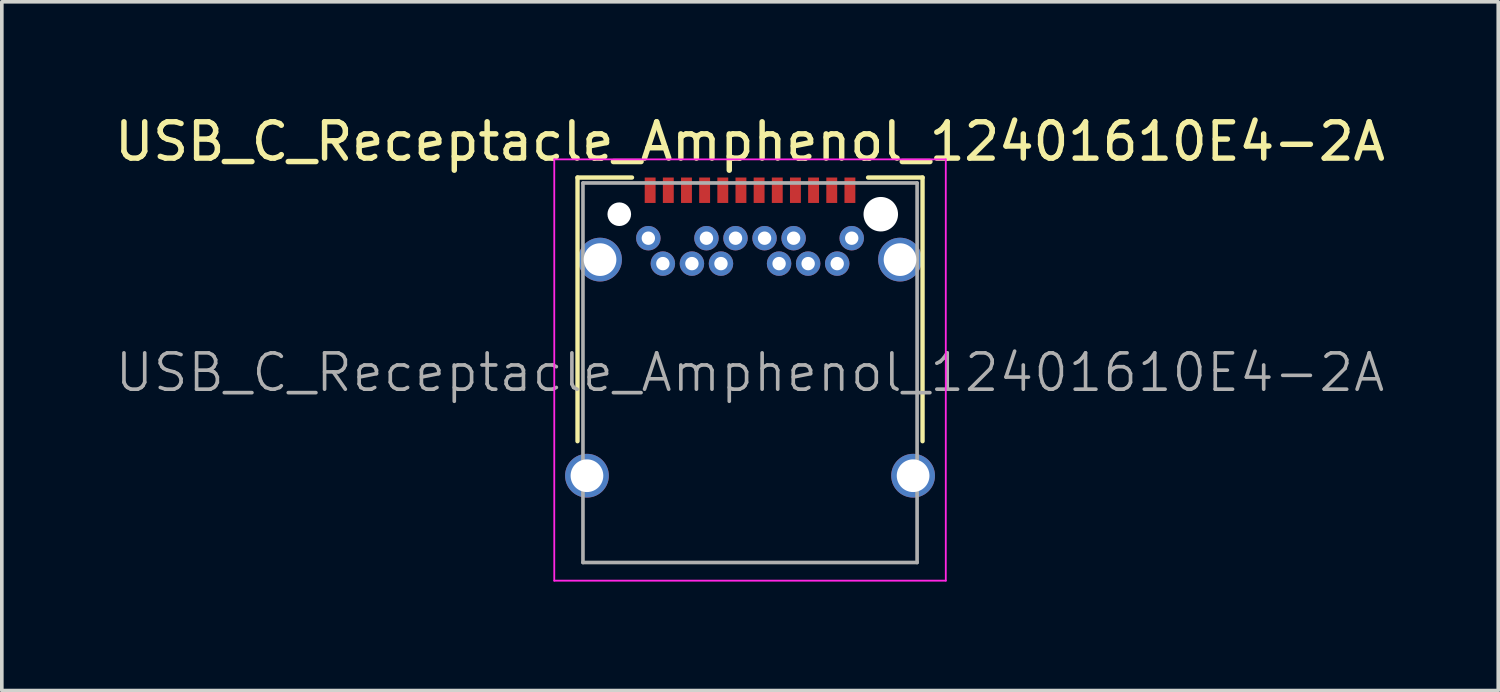
<source format=kicad_pcb>
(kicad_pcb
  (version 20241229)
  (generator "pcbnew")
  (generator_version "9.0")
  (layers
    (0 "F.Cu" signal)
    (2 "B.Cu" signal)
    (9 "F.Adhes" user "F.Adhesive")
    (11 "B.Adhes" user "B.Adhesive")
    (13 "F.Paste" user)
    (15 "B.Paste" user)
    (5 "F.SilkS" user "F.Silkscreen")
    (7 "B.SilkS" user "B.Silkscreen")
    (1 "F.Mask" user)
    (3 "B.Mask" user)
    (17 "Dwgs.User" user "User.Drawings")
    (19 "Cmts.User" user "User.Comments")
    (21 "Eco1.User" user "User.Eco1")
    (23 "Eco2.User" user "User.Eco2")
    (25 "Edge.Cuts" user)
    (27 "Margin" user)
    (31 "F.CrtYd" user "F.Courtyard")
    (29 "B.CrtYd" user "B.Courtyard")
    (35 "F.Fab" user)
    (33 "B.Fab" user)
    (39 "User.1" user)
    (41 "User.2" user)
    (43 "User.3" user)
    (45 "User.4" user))
  (footprint "USB_C_Receptacle_Amphenol_12401610E4-2A"
    (layer "F.Cu")
    (at 17.601 7.208)
    (property "Reference" "USB_C_Receptacle_Amphenol_12401610E4-2A" (at 0 -6.36 0) (layer "F.SilkS") (effects (font (size 1 1) (thickness 0.15))))
    (attr smd)
    (fp_line (start -4.75 -5.37) (end -4.75 1.89) (stroke (width 0.12) (type solid)) (layer "F.SilkS"))
    (fp_line (start -4.75 -5.37) (end -3.25 -5.37) (stroke (width 0.12) (type solid)) (layer "F.SilkS"))
    (fp_line (start 3.25 -5.37) (end 4.75 -5.37) (stroke (width 0.12) (type solid)) (layer "F.SilkS"))
    (fp_line (start 4.75 -5.37) (end 4.75 1.89) (stroke (width 0.12) (type solid)) (layer "F.SilkS"))
    (fp_line (start -5.39 -5.87) (end 5.39 -5.87) (stroke (width 0.05) (type solid)) (layer "F.CrtYd"))
    (fp_line (start -5.39 5.73) (end -5.39 -5.87) (stroke (width 0.05) (type solid)) (layer "F.CrtYd"))
    (fp_line (start 5.39 -5.87) (end 5.39 5.73) (stroke (width 0.05) (type solid)) (layer "F.CrtYd"))
    (fp_line (start 5.39 5.73) (end -5.39 5.73) (stroke (width 0.05) (type solid)) (layer "F.CrtYd"))
    (fp_line (start -4.6 -5.22) (end 4.6 -5.22) (stroke (width 0.1) (type solid)) (layer "F.Fab"))
    (fp_line (start -4.6 5.23) (end -4.6 -5.22) (stroke (width 0.1) (type solid)) (layer "F.Fab"))
    (fp_line (start -4.6 5.23) (end 4.6 5.23) (stroke (width 0.1) (type solid)) (layer "F.Fab"))
    (fp_line (start 4.6 5.23) (end 4.6 -5.22) (stroke (width 0.1) (type solid)) (layer "F.Fab"))
    (fp_text user "${REFERENCE}" (at 0 0 0) (layer "F.Fab") (effects (font (size 1 1) (thickness 0.1))))
    (pad "" np_thru_hole circle (at -3.6 -4.36) (size 0.65 0.65) (drill 0.65) (layers "*.Cu" "*.Mask"))
    (pad "" np_thru_hole circle (at 3.6 -4.36) (size 0.95 0.95) (drill 0.95) (layers "*.Cu" "*.Mask"))
    (pad "A1" smd rect (at -2.75 -5.02) (size 0.3 0.7) (layers "F.Cu" "F.Mask" "F.Paste"))
    (pad "A2" smd rect (at -2.25 -5.02) (size 0.3 0.7) (layers "F.Cu" "F.Mask" "F.Paste"))
    (pad "A3" smd rect (at -1.75 -5.02) (size 0.3 0.7) (layers "F.Cu" "F.Mask" "F.Paste"))
    (pad "A4" smd rect (at -1.25 -5.02) (size 0.3 0.7) (layers "F.Cu" "F.Mask" "F.Paste"))
    (pad "A5" smd rect (at -0.75 -5.02) (size 0.3 0.7) (layers "F.Cu" "F.Mask" "F.Paste"))
    (pad "A6" smd rect (at -0.25 -5.02) (size 0.3 0.7) (layers "F.Cu" "F.Mask" "F.Paste"))
    (pad "A7" smd rect (at 0.25 -5.02) (size 0.3 0.7) (layers "F.Cu" "F.Mask" "F.Paste"))
    (pad "A8" smd rect (at 0.75 -5.02) (size 0.3 0.7) (layers "F.Cu" "F.Mask" "F.Paste"))
    (pad "A9" smd rect (at 1.25 -5.02) (size 0.3 0.7) (layers "F.Cu" "F.Mask" "F.Paste"))
    (pad "A10" smd rect (at 1.75 -5.02) (size 0.3 0.7) (layers "F.Cu" "F.Mask" "F.Paste"))
    (pad "A11" smd rect (at 2.25 -5.02) (size 0.3 0.7) (layers "F.Cu" "F.Mask" "F.Paste"))
    (pad "A12" smd rect (at 2.75 -5.02) (size 0.3 0.7) (layers "F.Cu" "F.Mask" "F.Paste"))
    (pad "B1" thru_hole circle (at 2.8 -3.7) (size 0.673 0.673) (drill 0.368) (layers "*.Cu" "*.Mask"))
    (pad "B2" thru_hole circle (at 2.4 -3) (size 0.673 0.673) (drill 0.368) (layers "*.Cu" "*.Mask"))
    (pad "B3" thru_hole circle (at 1.6 -3) (size 0.673 0.673) (drill 0.368) (layers "*.Cu" "*.Mask"))
    (pad "B4" thru_hole circle (at 1.2 -3.7) (size 0.673 0.673) (drill 0.368) (layers "*.Cu" "*.Mask"))
    (pad "B5" thru_hole circle (at 0.8 -3) (size 0.673 0.673) (drill 0.368) (layers "*.Cu" "*.Mask"))
    (pad "B6" thru_hole circle (at 0.4 -3.7) (size 0.673 0.673) (drill 0.368) (layers "*.Cu" "*.Mask"))
    (pad "B7" thru_hole circle (at -0.4 -3.7) (size 0.673 0.673) (drill 0.368) (layers "*.Cu" "*.Mask"))
    (pad "B8" thru_hole circle (at -0.8 -3) (size 0.673 0.673) (drill 0.368) (layers "*.Cu" "*.Mask"))
    (pad "B9" thru_hole circle (at -1.2 -3.7) (size 0.673 0.673) (drill 0.368) (layers "*.Cu" "*.Mask"))
    (pad "B10" thru_hole circle (at -1.6 -3) (size 0.673 0.673) (drill 0.368) (layers "*.Cu" "*.Mask"))
    (pad "B11" thru_hole circle (at -2.4 -3) (size 0.673 0.673) (drill 0.368) (layers "*.Cu" "*.Mask"))
    (pad "B12" thru_hole circle (at -2.8 -3.7) (size 0.673 0.673) (drill 0.368) (layers "*.Cu" "*.Mask"))
    (pad "S1" thru_hole circle (at -4.49 2.84) (size 1.205 1.205) (drill 0.9) (layers "*.Cu" "*.Mask"))
    (pad "S1" thru_hole circle (at -4.13 -3.11) (size 1.205 1.205) (drill 0.9) (layers "*.Cu" "*.Mask"))
    (pad "S1" thru_hole circle (at 4.13 -3.11) (size 1.205 1.205) (drill 0.9) (layers "*.Cu" "*.Mask"))
    (pad "S1" thru_hole circle (at 4.49 2.84) (size 1.205 1.205) (drill 0.9) (layers "*.Cu" "*.Mask")))
  (gr_rect
    (start -3 -3)
    (end 38.202 15.963)
    (stroke (width 0.1) (type default))
    (fill no)
    (layer "Edge.Cuts")))
</source>
